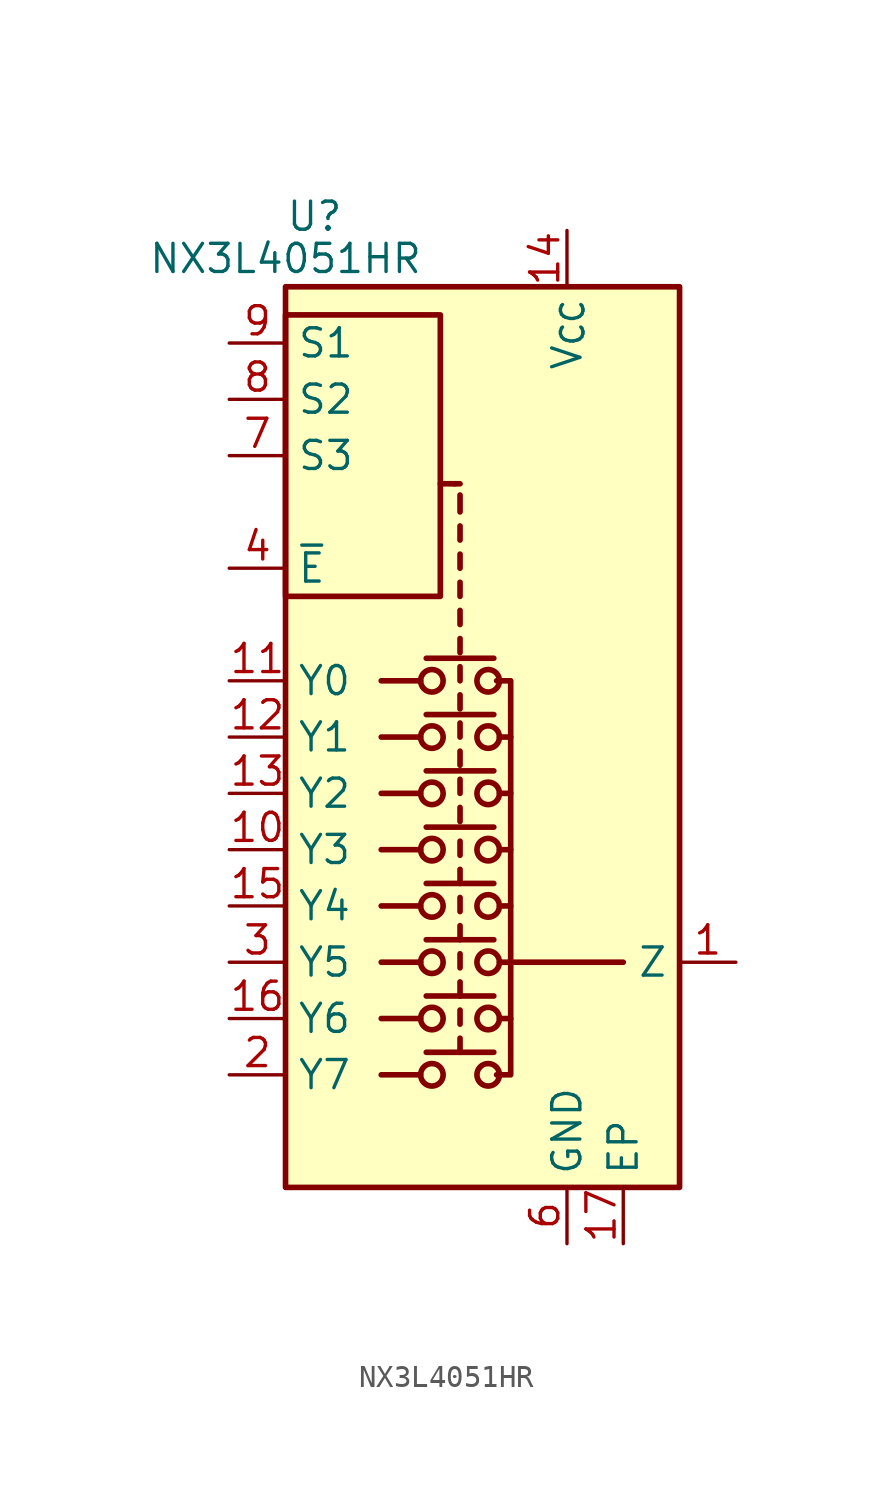
<source format=kicad_sym>
(kicad_symbol_lib
  (version 20241209)
  (generator "kicad_symbol_editor")
  (generator_version "9.0")
  (symbol "NX3L4051HR"
    (property "Reference" "U"
      (at -7.62 23.495 0)
      (effects (font (size 1.27 1.27)) (justify left)))
    (property "Value" "NX3L4051HR"
      (at -7.62 21.59 0)
      (effects (font (size 1.27 1.27))))
    (symbol "NX3L4051HR_0_1"
      (rectangle (start -7.62 20.32) (end 10.16 -20.32) (stroke (width 0.254) (type default)) (fill (type background)))
      (rectangle (start -7.62 6.35) (end -0.635 19.05) (stroke (width 0.254) (type default)) (fill (type none)))
      (polyline (pts (xy -1.524 2.54) (xy -3.302 2.54)) (stroke (width 0.254) (type default)) (fill (type none)))
      (polyline (pts (xy -1.524 0) (xy -3.302 0)) (stroke (width 0.254) (type default)) (fill (type none)))
      (polyline (pts (xy -1.524 -2.54) (xy -3.302 -2.54)) (stroke (width 0.254) (type default)) (fill (type none)))
      (polyline (pts (xy -1.524 -5.08) (xy -3.302 -5.08)) (stroke (width 0.254) (type default)) (fill (type none)))
      (polyline (pts (xy -1.524 -7.62) (xy -3.302 -7.62)) (stroke (width 0.254) (type default)) (fill (type none)))
      (polyline (pts (xy -1.524 -10.16) (xy -3.302 -10.16)) (stroke (width 0.254) (type default)) (fill (type none)))
      (polyline (pts (xy -1.524 -12.7) (xy -3.302 -12.7)) (stroke (width 0.254) (type default)) (fill (type none)))
      (polyline (pts (xy -1.524 -15.24) (xy -3.302 -15.24)) (stroke (width 0.254) (type default)) (fill (type none)))
      (polyline (pts (xy -1.27 3.556) (xy 1.778 3.556)) (stroke (width 0.254) (type default)) (fill (type none)))
      (polyline (pts (xy -1.27 1.016) (xy 1.778 1.016)) (stroke (width 0.254) (type default)) (fill (type none)))
      (polyline (pts (xy -1.27 -1.524) (xy 1.778 -1.524)) (stroke (width 0.254) (type default)) (fill (type none)))
      (polyline (pts (xy -1.27 -4.064) (xy 1.778 -4.064)) (stroke (width 0.254) (type default)) (fill (type none)))
      (polyline (pts (xy -1.27 -6.604) (xy 1.778 -6.604)) (stroke (width 0.254) (type default)) (fill (type none)))
      (polyline (pts (xy -1.27 -9.144) (xy 1.778 -9.144)) (stroke (width 0.254) (type default)) (fill (type none)))
      (polyline (pts (xy -1.27 -11.684) (xy 1.778 -11.684)) (stroke (width 0.254) (type default)) (fill (type none)))
      (polyline (pts (xy -1.27 -14.224) (xy 1.778 -14.224)) (stroke (width 0.254) (type default)) (fill (type none)))
      (circle (center -1.016 2.54) (radius 0.508) (stroke (width 0.254) (type default)) (fill (type none)))
      (circle (center -1.016 0) (radius 0.508) (stroke (width 0.254) (type default)) (fill (type none)))
      (circle (center -1.016 -2.54) (radius 0.508) (stroke (width 0.254) (type default)) (fill (type none)))
      (circle (center -1.016 -5.08) (radius 0.508) (stroke (width 0.254) (type default)) (fill (type none)))
      (circle (center -1.016 -7.62) (radius 0.508) (stroke (width 0.254) (type default)) (fill (type none)))
      (circle (center -1.016 -10.16) (radius 0.508) (stroke (width 0.254) (type default)) (fill (type none)))
      (circle (center -1.016 -12.7) (radius 0.508) (stroke (width 0.254) (type default)) (fill (type none)))
      (circle (center -1.016 -15.24) (radius 0.508) (stroke (width 0.254) (type default)) (fill (type none)))
      (polyline (pts (xy -0.635 11.43) (xy 0 11.43)) (stroke (width 0.254) (type default)) (fill (type none)))
      (polyline (pts (xy 0.254 11.43) (xy 0 11.43)) (stroke (width 0.254) (type default)) (fill (type none)))
      (polyline (pts (xy 0.254 10.16) (xy 0.254 10.922)) (stroke (width 0.254) (type default)) (fill (type none)))
      (polyline (pts (xy 0.254 8.89) (xy 0.254 9.525)) (stroke (width 0.254) (type default)) (fill (type none)))
      (polyline (pts (xy 0.254 7.62) (xy 0.254 8.255)) (stroke (width 0.254) (type default)) (fill (type none)))
      (polyline (pts (xy 0.254 6.35) (xy 0.254 6.985)) (stroke (width 0.254) (type default)) (fill (type none)))
      (polyline (pts (xy 0.254 5.08) (xy 0.254 5.715)) (stroke (width 0.254) (type default)) (fill (type none)))
      (polyline (pts (xy 0.254 3.81) (xy 0.254 4.445)) (stroke (width 0.254) (type default)) (fill (type none)))
      (polyline (pts (xy 0.254 2.54) (xy 0.254 3.175)) (stroke (width 0.254) (type default)) (fill (type none)))
      (polyline (pts (xy 0.254 1.27) (xy 0.254 1.905)) (stroke (width 0.254) (type default)) (fill (type none)))
      (polyline (pts (xy 0.254 0) (xy 0.254 0.635)) (stroke (width 0.254) (type default)) (fill (type none)))
      (polyline (pts (xy 0.254 -1.27) (xy 0.254 -0.635)) (stroke (width 0.254) (type default)) (fill (type none)))
      (polyline (pts (xy 0.254 -2.54) (xy 0.254 -1.905)) (stroke (width 0.254) (type default)) (fill (type none)))
      (polyline (pts (xy 0.254 -3.81) (xy 0.254 -3.175)) (stroke (width 0.254) (type default)) (fill (type none)))
      (polyline (pts (xy 0.254 -5.334) (xy 0.254 -4.699)) (stroke (width 0.254) (type default)) (fill (type none)))
      (polyline (pts (xy 0.254 -6.604) (xy 0.254 -5.969)) (stroke (width 0.254) (type default)) (fill (type none)))
      (polyline (pts (xy 0.254 -7.874) (xy 0.254 -7.239)) (stroke (width 0.254) (type default)) (fill (type none)))
      (polyline (pts (xy 0.254 -9.144) (xy 0.254 -8.509)) (stroke (width 0.254) (type default)) (fill (type none)))
      (polyline (pts (xy 0.254 -10.414) (xy 0.254 -9.779)) (stroke (width 0.254) (type default)) (fill (type none)))
      (polyline (pts (xy 0.254 -11.684) (xy 0.254 -11.049)) (stroke (width 0.254) (type default)) (fill (type none)))
      (polyline (pts (xy 0.254 -12.954) (xy 0.254 -12.319)) (stroke (width 0.254) (type default)) (fill (type none)))
      (polyline (pts (xy 0.254 -14.224) (xy 0.254 -13.589)) (stroke (width 0.254) (type default)) (fill (type none)))
      (circle (center 1.524 2.54) (radius 0.508) (stroke (width 0.254) (type default)) (fill (type none)))
      (circle (center 1.524 0) (radius 0.508) (stroke (width 0.254) (type default)) (fill (type none)))
      (circle (center 1.524 -2.54) (radius 0.508) (stroke (width 0.254) (type default)) (fill (type none)))
      (circle (center 1.524 -5.08) (radius 0.508) (stroke (width 0.254) (type default)) (fill (type none)))
      (circle (center 1.524 -7.62) (radius 0.508) (stroke (width 0.254) (type default)) (fill (type none)))
      (circle (center 1.524 -10.16) (radius 0.508) (stroke (width 0.254) (type default)) (fill (type none)))
      (circle (center 1.524 -12.7) (radius 0.508) (stroke (width 0.254) (type default)) (fill (type none)))
      (circle (center 1.524 -15.24) (radius 0.508) (stroke (width 0.254) (type default)) (fill (type none)))
      (polyline (pts (xy 1.905 2.54) (xy 2.54 2.54) (xy 2.54 -15.24) (xy 1.905 -15.24)) (stroke (width 0.254) (type default)) (fill (type none)))
      (polyline (pts (xy 2.032 0) (xy 2.54 0)) (stroke (width 0.254) (type default)) (fill (type none)))
      (polyline (pts (xy 2.032 -2.54) (xy 2.54 -2.54)) (stroke (width 0.254) (type default)) (fill (type none)))
      (polyline (pts (xy 2.032 -5.08) (xy 2.54 -5.08)) (stroke (width 0.254) (type default)) (fill (type none)))
      (polyline (pts (xy 2.032 -7.62) (xy 2.54 -7.62)) (stroke (width 0.254) (type default)) (fill (type none)))
      (polyline (pts (xy 2.032 -10.16) (xy 2.54 -10.16)) (stroke (width 0.254) (type default)) (fill (type none)))
      (polyline (pts (xy 2.032 -12.7) (xy 2.54 -12.7)) (stroke (width 0.254) (type default)) (fill (type none)))
      (polyline (pts (xy 2.54 -10.16) (xy 7.62 -10.16)) (stroke (width 0.254) (type default)) (fill (type none))))
    (symbol "NX3L4051HR_1_0"
      (pin no_connect line (at 2.54 -22.86 90) (length 2.54) (hide yes) (name "NC" (effects (font (size 1.27 1.27)))) (number "5" (effects (font (size 1.27 1.27)))))
      (pin power_in line (at 5.08 -22.86 90) (length 2.54) (name "GND" (effects (font (size 1.27 1.27)))) (number "6" (effects (font (size 1.27 1.27)))))
      (pin passive line (at 7.62 -22.86 90) (length 2.54) (name "EP" (effects (font (size 1.27 1.27)))) (number "17" (effects (font (size 1.27 1.27))))))
    (symbol "NX3L4051HR_1_1"
      (pin input line (at -10.16 17.78 0) (length 2.54) (name "S1" (effects (font (size 1.27 1.27)))) (number "9" (effects (font (size 1.27 1.27)))))
      (pin input line (at -10.16 15.24 0) (length 2.54) (name "S2" (effects (font (size 1.27 1.27)))) (number "8" (effects (font (size 1.27 1.27)))))
      (pin input line (at -10.16 12.7 0) (length 2.54) (name "S3" (effects (font (size 1.27 1.27)))) (number "7" (effects (font (size 1.27 1.27)))))
      (pin input line (at -10.16 7.62 0) (length 2.54) (name "~{E}" (effects (font (size 1.27 1.27)))) (number "4" (effects (font (size 1.27 1.27)))))
      (pin bidirectional line (at -10.16 2.54 0) (length 2.54) (name "Y0" (effects (font (size 1.27 1.27)))) (number "11" (effects (font (size 1.27 1.27)))))
      (pin bidirectional line (at -10.16 0 0) (length 2.54) (name "Y1" (effects (font (size 1.27 1.27)))) (number "12" (effects (font (size 1.27 1.27)))))
      (pin bidirectional line (at -10.16 -2.54 0) (length 2.54) (name "Y2" (effects (font (size 1.27 1.27)))) (number "13" (effects (font (size 1.27 1.27)))))
      (pin bidirectional line (at -10.16 -5.08 0) (length 2.54) (name "Y3" (effects (font (size 1.27 1.27)))) (number "10" (effects (font (size 1.27 1.27)))))
      (pin bidirectional line (at -10.16 -7.62 0) (length 2.54) (name "Y4" (effects (font (size 1.27 1.27)))) (number "15" (effects (font (size 1.27 1.27)))))
      (pin bidirectional line (at -10.16 -10.16 0) (length 2.54) (name "Y5" (effects (font (size 1.27 1.27)))) (number "3" (effects (font (size 1.27 1.27)))))
      (pin bidirectional line (at -10.16 -12.7 0) (length 2.54) (name "Y6" (effects (font (size 1.27 1.27)))) (number "16" (effects (font (size 1.27 1.27)))))
      (pin bidirectional line (at -10.16 -15.24 0) (length 2.54) (name "Y7" (effects (font (size 1.27 1.27)))) (number "2" (effects (font (size 1.27 1.27)))))
      (pin power_in line (at 5.08 22.86 270) (length 2.54) (name "V_{CC}" (effects (font (size 1.27 1.27)))) (number "14" (effects (font (size 1.27 1.27)))))
      (pin bidirectional line (at 12.7 -10.16 180) (length 2.54) (name "Z" (effects (font (size 1.27 1.27)))) (number "1" (effects (font (size 1.27 1.27))))))))
</source>
